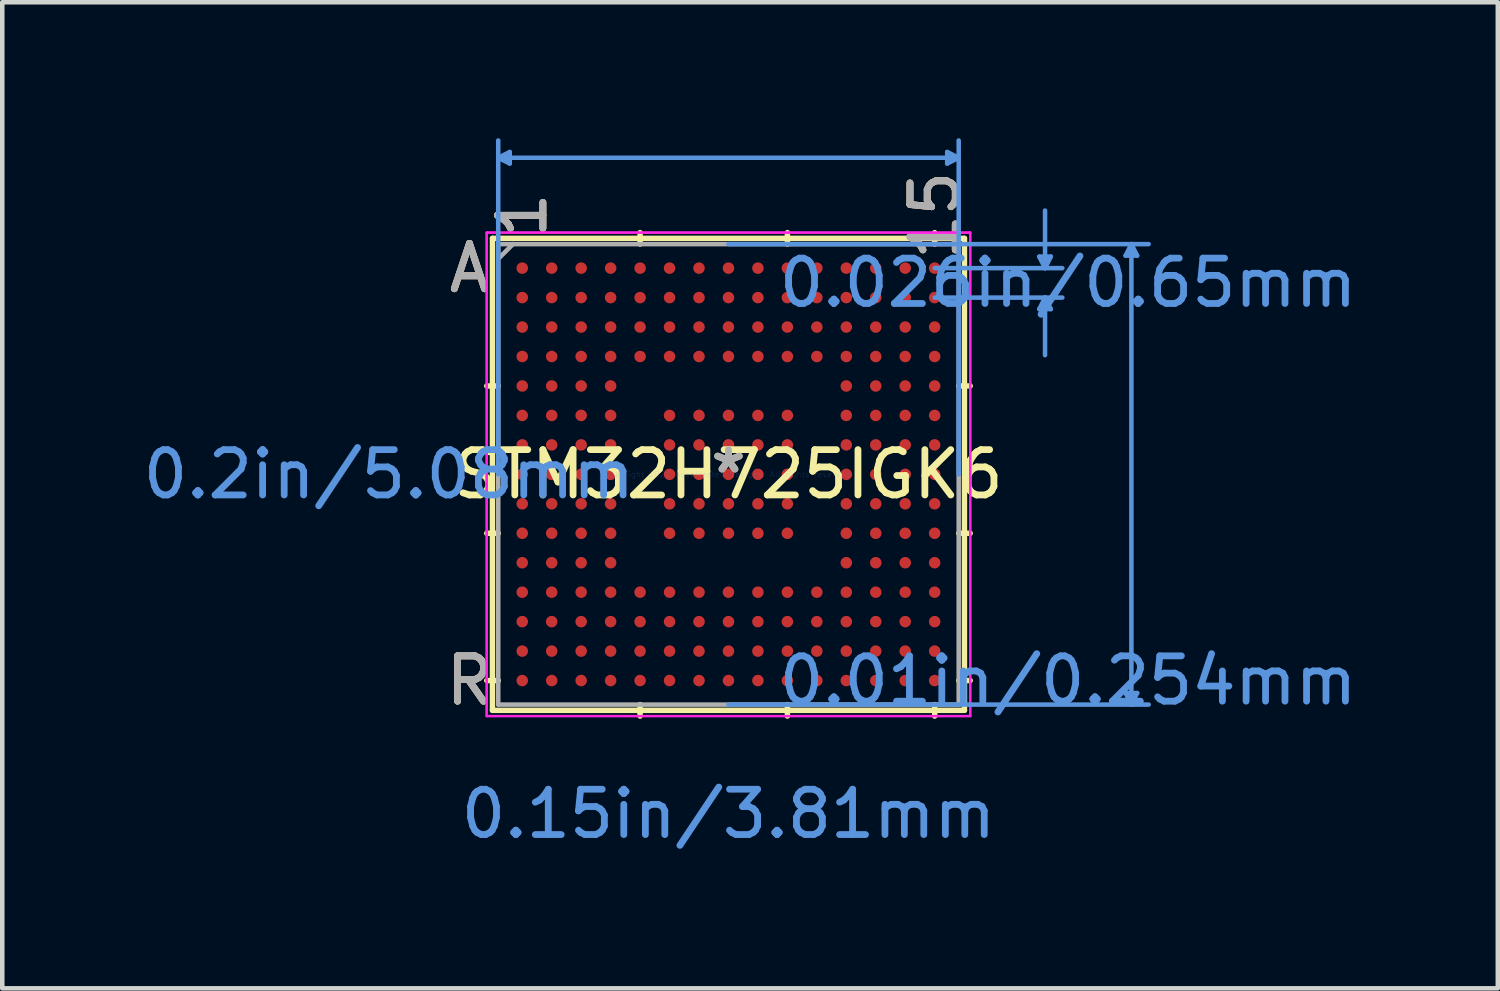
<source format=kicad_pcb>
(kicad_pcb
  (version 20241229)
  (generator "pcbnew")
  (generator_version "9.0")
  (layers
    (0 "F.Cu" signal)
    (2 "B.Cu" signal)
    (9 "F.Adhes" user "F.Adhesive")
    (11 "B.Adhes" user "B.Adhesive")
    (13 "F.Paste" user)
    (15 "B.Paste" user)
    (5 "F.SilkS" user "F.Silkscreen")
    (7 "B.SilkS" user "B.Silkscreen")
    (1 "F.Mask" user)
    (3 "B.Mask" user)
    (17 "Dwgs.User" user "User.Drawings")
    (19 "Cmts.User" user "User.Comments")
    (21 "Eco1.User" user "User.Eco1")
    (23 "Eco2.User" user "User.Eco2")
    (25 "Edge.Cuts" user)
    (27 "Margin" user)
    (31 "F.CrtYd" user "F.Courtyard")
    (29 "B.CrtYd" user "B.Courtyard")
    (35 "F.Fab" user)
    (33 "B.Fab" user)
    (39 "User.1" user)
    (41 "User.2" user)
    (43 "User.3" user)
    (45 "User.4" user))
  (footprint "STM32H725IGK6"
    (layer "F.Cu")
    (at 13.023 7.416)
    (property "Reference" "STM32H725IGK6" (at 0 0 0) (layer "F.SilkS") (effects (font (size 1 1) (thickness 0.15))))
    (attr through_hole)
    (fp_line (start -5.207 -5.207) (end -5.207 5.207) (stroke (width 0.12) (type solid)) (layer "F.SilkS"))
    (fp_line (start -5.207 5.207) (end 5.207 5.207) (stroke (width 0.12) (type solid)) (layer "F.SilkS"))
    (fp_line (start -5.08 -1.95) (end -5.334 -1.95) (stroke (width 0.12) (type solid)) (layer "F.SilkS"))
    (fp_line (start -5.08 1.3) (end -5.334 1.3) (stroke (width 0.12) (type solid)) (layer "F.SilkS"))
    (fp_line (start -5.08 4.55) (end -5.334 4.55) (stroke (width 0.12) (type solid)) (layer "F.SilkS"))
    (fp_line (start -1.95 -5.08) (end -1.95 -5.334) (stroke (width 0.12) (type solid)) (layer "F.SilkS"))
    (fp_line (start -1.95 5.08) (end -1.95 5.334) (stroke (width 0.12) (type solid)) (layer "F.SilkS"))
    (fp_line (start 1.3 -5.08) (end 1.3 -5.334) (stroke (width 0.12) (type solid)) (layer "F.SilkS"))
    (fp_line (start 1.3 5.08) (end 1.3 5.334) (stroke (width 0.12) (type solid)) (layer "F.SilkS"))
    (fp_line (start 4.55 -5.08) (end 4.55 -5.334) (stroke (width 0.12) (type solid)) (layer "F.SilkS"))
    (fp_line (start 4.55 5.08) (end 4.55 5.334) (stroke (width 0.12) (type solid)) (layer "F.SilkS"))
    (fp_line (start 5.08 -1.95) (end 5.334 -1.95) (stroke (width 0.12) (type solid)) (layer "F.SilkS"))
    (fp_line (start 5.08 1.3) (end 5.334 1.3) (stroke (width 0.12) (type solid)) (layer "F.SilkS"))
    (fp_line (start 5.08 4.55) (end 5.334 4.55) (stroke (width 0.12) (type solid)) (layer "F.SilkS"))
    (fp_line (start 5.207 -5.207) (end -5.207 -5.207) (stroke (width 0.12) (type solid)) (layer "F.SilkS"))
    (fp_line (start 5.207 5.207) (end 5.207 -5.207) (stroke (width 0.12) (type solid)) (layer "F.SilkS"))
    (fp_line (start -5.08 -6.985) (end -4.826 -7.112) (stroke (width 0.1) (type solid)) (layer "Cmts.User"))
    (fp_line (start -5.08 -6.985) (end -4.826 -6.858) (stroke (width 0.1) (type solid)) (layer "Cmts.User"))
    (fp_line (start -5.08 -6.985) (end 5.08 -6.985) (stroke (width 0.1) (type solid)) (layer "Cmts.User"))
    (fp_line (start -5.08 0) (end -5.08 -7.366) (stroke (width 0.1) (type solid)) (layer "Cmts.User"))
    (fp_line (start -4.826 -7.112) (end -4.826 -6.858) (stroke (width 0.1) (type solid)) (layer "Cmts.User"))
    (fp_line (start 0 -5.08) (end 9.271 -5.08) (stroke (width 0.1) (type solid)) (layer "Cmts.User"))
    (fp_line (start 0 5.08) (end 9.271 5.08) (stroke (width 0.1) (type solid)) (layer "Cmts.User"))
    (fp_line (start 4.55 -4.55) (end 7.366 -4.55) (stroke (width 0.1) (type solid)) (layer "Cmts.User"))
    (fp_line (start 4.55 -3.9) (end 7.366 -3.9) (stroke (width 0.1) (type solid)) (layer "Cmts.User"))
    (fp_line (start 4.826 -7.112) (end 4.826 -6.858) (stroke (width 0.1) (type solid)) (layer "Cmts.User"))
    (fp_line (start 5.08 -6.985) (end 4.826 -7.112) (stroke (width 0.1) (type solid)) (layer "Cmts.User"))
    (fp_line (start 5.08 -6.985) (end 4.826 -6.858) (stroke (width 0.1) (type solid)) (layer "Cmts.User"))
    (fp_line (start 5.08 0) (end 5.08 -7.366) (stroke (width 0.1) (type solid)) (layer "Cmts.User"))
    (fp_line (start 6.858 -4.804) (end 7.112 -4.804) (stroke (width 0.1) (type solid)) (layer "Cmts.User"))
    (fp_line (start 6.858 -3.646) (end 7.112 -3.646) (stroke (width 0.1) (type solid)) (layer "Cmts.User"))
    (fp_line (start 6.985 -4.55) (end 6.858 -4.804) (stroke (width 0.1) (type solid)) (layer "Cmts.User"))
    (fp_line (start 6.985 -4.55) (end 6.985 -5.82) (stroke (width 0.1) (type solid)) (layer "Cmts.User"))
    (fp_line (start 6.985 -4.55) (end 7.112 -4.804) (stroke (width 0.1) (type solid)) (layer "Cmts.User"))
    (fp_line (start 6.985 -3.9) (end 6.858 -3.646) (stroke (width 0.1) (type solid)) (layer "Cmts.User"))
    (fp_line (start 6.985 -3.9) (end 6.985 -2.63) (stroke (width 0.1) (type solid)) (layer "Cmts.User"))
    (fp_line (start 6.985 -3.9) (end 7.112 -3.646) (stroke (width 0.1) (type solid)) (layer "Cmts.User"))
    (fp_line (start 8.763 -4.826) (end 9.017 -4.826) (stroke (width 0.1) (type solid)) (layer "Cmts.User"))
    (fp_line (start 8.763 4.826) (end 9.017 4.826) (stroke (width 0.1) (type solid)) (layer "Cmts.User"))
    (fp_line (start 8.89 -5.08) (end 8.763 -4.826) (stroke (width 0.1) (type solid)) (layer "Cmts.User"))
    (fp_line (start 8.89 -5.08) (end 8.89 5.08) (stroke (width 0.1) (type solid)) (layer "Cmts.User"))
    (fp_line (start 8.89 -5.08) (end 9.017 -4.826) (stroke (width 0.1) (type solid)) (layer "Cmts.User"))
    (fp_line (start 8.89 5.08) (end 8.763 4.826) (stroke (width 0.1) (type solid)) (layer "Cmts.User"))
    (fp_line (start 8.89 5.08) (end 9.017 4.826) (stroke (width 0.1) (type solid)) (layer "Cmts.User"))
    (fp_line (start -5.334 -5.334) (end 5.334 -5.334) (stroke (width 0.05) (type solid)) (layer "F.CrtYd"))
    (fp_line (start -5.334 -5.334) (end 5.334 -5.334) (stroke (width 0.05) (type solid)) (layer "F.CrtYd"))
    (fp_line (start -5.334 5.334) (end -5.334 -5.334) (stroke (width 0.05) (type solid)) (layer "F.CrtYd"))
    (fp_line (start -5.334 5.334) (end -5.334 -5.334) (stroke (width 0.05) (type solid)) (layer "F.CrtYd"))
    (fp_line (start 5.334 -5.334) (end 5.334 5.334) (stroke (width 0.05) (type solid)) (layer "F.CrtYd"))
    (fp_line (start 5.334 -5.334) (end 5.334 5.334) (stroke (width 0.05) (type solid)) (layer "F.CrtYd"))
    (fp_line (start 5.334 5.334) (end -5.334 5.334) (stroke (width 0.05) (type solid)) (layer "F.CrtYd"))
    (fp_line (start 5.334 5.334) (end -5.334 5.334) (stroke (width 0.05) (type solid)) (layer "F.CrtYd"))
    (fp_line (start -5.08 -5.08) (end -5.08 5.08) (stroke (width 0.1) (type solid)) (layer "F.Fab"))
    (fp_line (start -5.08 5.08) (end 5.08 5.08) (stroke (width 0.1) (type solid)) (layer "F.Fab"))
    (fp_line (start -4.755 -5.08) (end -5.08 -4.755) (stroke (width 0.1) (type solid)) (layer "F.Fab"))
    (fp_line (start 5.08 -5.08) (end -5.08 -5.08) (stroke (width 0.1) (type solid)) (layer "F.Fab"))
    (fp_line (start 5.08 5.08) (end 5.08 -5.08) (stroke (width 0.1) (type solid)) (layer "F.Fab"))
    (fp_text user "*" (at 0 0 0) (layer "F.SilkS") (effects (font (size 1 1) (thickness 0.15))))
    (fp_text user "R" (at -5.715 4.55 0) (layer "F.SilkS") (effects (font (size 1 1) (thickness 0.15))))
    (fp_text user "1" (at -4.55 -5.715 90) (layer "F.SilkS") (effects (font (size 1 1) (thickness 0.15))))
    (fp_text user "15" (at 4.55 -5.715 90) (layer "F.SilkS") (effects (font (size 1 1) (thickness 0.15))))
    (fp_text user "A" (at -5.715 -4.55 0) (layer "F.SilkS") (effects (font (size 1 1) (thickness 0.15))))
    (fp_text user "R" (at -5.715 4.55 0) (layer "B.SilkS") (effects (font (size 1 1) (thickness 0.15))))
    (fp_text user "A" (at -5.715 -4.55 0) (layer "B.SilkS") (effects (font (size 1 1) (thickness 0.15))))
    (fp_text user "1" (at -4.55 -5.715 90) (layer "B.SilkS") (effects (font (size 1 1) (thickness 0.15))))
    (fp_text user "15" (at 4.55 -5.715 90) (layer "B.SilkS") (effects (font (size 1 1) (thickness 0.15))))
    (fp_text user "0.01in/0.254mm" (at 7.493 4.55 0) (layer "Cmts.User") (effects (font (size 1 1) (thickness 0.15))))
    (fp_text user "0.2in/5.08mm" (at -7.493 0 0) (layer "Cmts.User") (effects (font (size 1 1) (thickness 0.15))))
    (fp_text user "0.026in/0.65mm" (at 7.493 -4.225 0) (layer "Cmts.User") (effects (font (size 1 1) (thickness 0.15))))
    (fp_text user "Copyright 2021 Accelerated Designs. All rights reserved." (at 0 0 0) (layer "Cmts.User") (effects (font (size 0.127 0.127) (thickness 0.002))))
    (fp_text user "0.15in/3.81mm" (at 0 7.493 0) (layer "Cmts.User") (effects (font (size 1 1) (thickness 0.15))))
    (fp_text user "15" (at 4.55 -5.715 90) (layer "F.Fab") (effects (font (size 1 1) (thickness 0.15))))
    (fp_text user "1" (at -4.55 -5.715 90) (layer "F.Fab") (effects (font (size 1 1) (thickness 0.15))))
    (fp_text user "*" (at 0 0 0) (layer "F.Fab") (effects (font (size 1 1) (thickness 0.15))))
    (fp_text user "R" (at -5.715 4.55 0) (layer "F.Fab") (effects (font (size 1 1) (thickness 0.15))))
    (fp_text user "A" (at -5.715 -4.55 0) (layer "F.Fab") (effects (font (size 1 1) (thickness 0.15))))
    (pad "A1" smd circle (at -4.55 -4.55) (size 0.254 0.254) (layers "F.Cu" "F.Mask" "F.Paste"))
    (pad "A2" smd circle (at -3.9 -4.55) (size 0.254 0.254) (layers "F.Cu" "F.Mask" "F.Paste"))
    (pad "A3" smd circle (at -3.25 -4.55) (size 0.254 0.254) (layers "F.Cu" "F.Mask" "F.Paste"))
    (pad "A4" smd circle (at -2.6 -4.55) (size 0.254 0.254) (layers "F.Cu" "F.Mask" "F.Paste"))
    (pad "A5" smd circle (at -1.95 -4.55) (size 0.254 0.254) (layers "F.Cu" "F.Mask" "F.Paste"))
    (pad "A6" smd circle (at -1.3 -4.55) (size 0.254 0.254) (layers "F.Cu" "F.Mask" "F.Paste"))
    (pad "A7" smd circle (at -0.65 -4.55) (size 0.254 0.254) (layers "F.Cu" "F.Mask" "F.Paste"))
    (pad "A8" smd circle (at 0 -4.55) (size 0.254 0.254) (layers "F.Cu" "F.Mask" "F.Paste"))
    (pad "A9" smd circle (at 0.65 -4.55) (size 0.254 0.254) (layers "F.Cu" "F.Mask" "F.Paste"))
    (pad "A10" smd circle (at 1.3 -4.55) (size 0.254 0.254) (layers "F.Cu" "F.Mask" "F.Paste"))
    (pad "A11" smd circle (at 1.95 -4.55) (size 0.254 0.254) (layers "F.Cu" "F.Mask" "F.Paste"))
    (pad "A12" smd circle (at 2.6 -4.55) (size 0.254 0.254) (layers "F.Cu" "F.Mask" "F.Paste"))
    (pad "A13" smd circle (at 3.25 -4.55) (size 0.254 0.254) (layers "F.Cu" "F.Mask" "F.Paste"))
    (pad "A14" smd circle (at 3.9 -4.55) (size 0.254 0.254) (layers "F.Cu" "F.Mask" "F.Paste"))
    (pad "A15" smd circle (at 4.55 -4.55) (size 0.254 0.254) (layers "F.Cu" "F.Mask" "F.Paste"))
    (pad "B1" smd circle (at -4.55 -3.9) (size 0.254 0.254) (layers "F.Cu" "F.Mask" "F.Paste"))
    (pad "B2" smd circle (at -3.9 -3.9) (size 0.254 0.254) (layers "F.Cu" "F.Mask" "F.Paste"))
    (pad "B3" smd circle (at -3.25 -3.9) (size 0.254 0.254) (layers "F.Cu" "F.Mask" "F.Paste"))
    (pad "B4" smd circle (at -2.6 -3.9) (size 0.254 0.254) (layers "F.Cu" "F.Mask" "F.Paste"))
    (pad "B5" smd circle (at -1.95 -3.9) (size 0.254 0.254) (layers "F.Cu" "F.Mask" "F.Paste"))
    (pad "B6" smd circle (at -1.3 -3.9) (size 0.254 0.254) (layers "F.Cu" "F.Mask" "F.Paste"))
    (pad "B7" smd circle (at -0.65 -3.9) (size 0.254 0.254) (layers "F.Cu" "F.Mask" "F.Paste"))
    (pad "B8" smd circle (at 0 -3.9) (size 0.254 0.254) (layers "F.Cu" "F.Mask" "F.Paste"))
    (pad "B9" smd circle (at 0.65 -3.9) (size 0.254 0.254) (layers "F.Cu" "F.Mask" "F.Paste"))
    (pad "B10" smd circle (at 1.3 -3.9) (size 0.254 0.254) (layers "F.Cu" "F.Mask" "F.Paste"))
    (pad "B11" smd circle (at 1.95 -3.9) (size 0.254 0.254) (layers "F.Cu" "F.Mask" "F.Paste"))
    (pad "B12" smd circle (at 2.6 -3.9) (size 0.254 0.254) (layers "F.Cu" "F.Mask" "F.Paste"))
    (pad "B13" smd circle (at 3.25 -3.9) (size 0.254 0.254) (layers "F.Cu" "F.Mask" "F.Paste"))
    (pad "B14" smd circle (at 3.9 -3.9) (size 0.254 0.254) (layers "F.Cu" "F.Mask" "F.Paste"))
    (pad "B15" smd circle (at 4.55 -3.9) (size 0.254 0.254) (layers "F.Cu" "F.Mask" "F.Paste"))
    (pad "C1" smd circle (at -4.55 -3.25) (size 0.254 0.254) (layers "F.Cu" "F.Mask" "F.Paste"))
    (pad "C2" smd circle (at -3.9 -3.25) (size 0.254 0.254) (layers "F.Cu" "F.Mask" "F.Paste"))
    (pad "C3" smd circle (at -3.25 -3.25) (size 0.254 0.254) (layers "F.Cu" "F.Mask" "F.Paste"))
    (pad "C4" smd circle (at -2.6 -3.25) (size 0.254 0.254) (layers "F.Cu" "F.Mask" "F.Paste"))
    (pad "C5" smd circle (at -1.95 -3.25) (size 0.254 0.254) (layers "F.Cu" "F.Mask" "F.Paste"))
    (pad "C6" smd circle (at -1.3 -3.25) (size 0.254 0.254) (layers "F.Cu" "F.Mask" "F.Paste"))
    (pad "C7" smd circle (at -0.65 -3.25) (size 0.254 0.254) (layers "F.Cu" "F.Mask" "F.Paste"))
    (pad "C8" smd circle (at 0 -3.25) (size 0.254 0.254) (layers "F.Cu" "F.Mask" "F.Paste"))
    (pad "C9" smd circle (at 0.65 -3.25) (size 0.254 0.254) (layers "F.Cu" "F.Mask" "F.Paste"))
    (pad "C10" smd circle (at 1.3 -3.25) (size 0.254 0.254) (layers "F.Cu" "F.Mask" "F.Paste"))
    (pad "C11" smd circle (at 1.95 -3.25) (size 0.254 0.254) (layers "F.Cu" "F.Mask" "F.Paste"))
    (pad "C12" smd circle (at 2.6 -3.25) (size 0.254 0.254) (layers "F.Cu" "F.Mask" "F.Paste"))
    (pad "C13" smd circle (at 3.25 -3.25) (size 0.254 0.254) (layers "F.Cu" "F.Mask" "F.Paste"))
    (pad "C14" smd circle (at 3.9 -3.25) (size 0.254 0.254) (layers "F.Cu" "F.Mask" "F.Paste"))
    (pad "C15" smd circle (at 4.55 -3.25) (size 0.254 0.254) (layers "F.Cu" "F.Mask" "F.Paste"))
    (pad "D1" smd circle (at -4.55 -2.6) (size 0.254 0.254) (layers "F.Cu" "F.Mask" "F.Paste"))
    (pad "D2" smd circle (at -3.9 -2.6) (size 0.254 0.254) (layers "F.Cu" "F.Mask" "F.Paste"))
    (pad "D3" smd circle (at -3.25 -2.6) (size 0.254 0.254) (layers "F.Cu" "F.Mask" "F.Paste"))
    (pad "D4" smd circle (at -2.6 -2.6) (size 0.254 0.254) (layers "F.Cu" "F.Mask" "F.Paste"))
    (pad "D5" smd circle (at -1.95 -2.6) (size 0.254 0.254) (layers "F.Cu" "F.Mask" "F.Paste"))
    (pad "D6" smd circle (at -1.3 -2.6) (size 0.254 0.254) (layers "F.Cu" "F.Mask" "F.Paste"))
    (pad "D7" smd circle (at -0.65 -2.6) (size 0.254 0.254) (layers "F.Cu" "F.Mask" "F.Paste"))
    (pad "D8" smd circle (at 0 -2.6) (size 0.254 0.254) (layers "F.Cu" "F.Mask" "F.Paste"))
    (pad "D9" smd circle (at 0.65 -2.6) (size 0.254 0.254) (layers "F.Cu" "F.Mask" "F.Paste"))
    (pad "D10" smd circle (at 1.3 -2.6) (size 0.254 0.254) (layers "F.Cu" "F.Mask" "F.Paste"))
    (pad "D11" smd circle (at 1.95 -2.6) (size 0.254 0.254) (layers "F.Cu" "F.Mask" "F.Paste"))
    (pad "D12" smd circle (at 2.6 -2.6) (size 0.254 0.254) (layers "F.Cu" "F.Mask" "F.Paste"))
    (pad "D13" smd circle (at 3.25 -2.6) (size 0.254 0.254) (layers "F.Cu" "F.Mask" "F.Paste"))
    (pad "D14" smd circle (at 3.9 -2.6) (size 0.254 0.254) (layers "F.Cu" "F.Mask" "F.Paste"))
    (pad "D15" smd circle (at 4.55 -2.6) (size 0.254 0.254) (layers "F.Cu" "F.Mask" "F.Paste"))
    (pad "E1" smd circle (at -4.55 -1.95) (size 0.254 0.254) (layers "F.Cu" "F.Mask" "F.Paste"))
    (pad "E2" smd circle (at -3.9 -1.95) (size 0.254 0.254) (layers "F.Cu" "F.Mask" "F.Paste"))
    (pad "E3" smd circle (at -3.25 -1.95) (size 0.254 0.254) (layers "F.Cu" "F.Mask" "F.Paste"))
    (pad "E4" smd circle (at -2.6 -1.95) (size 0.254 0.254) (layers "F.Cu" "F.Mask" "F.Paste"))
    (pad "E12" smd circle (at 2.6 -1.95) (size 0.254 0.254) (layers "F.Cu" "F.Mask" "F.Paste"))
    (pad "E13" smd circle (at 3.25 -1.95) (size 0.254 0.254) (layers "F.Cu" "F.Mask" "F.Paste"))
    (pad "E14" smd circle (at 3.9 -1.95) (size 0.254 0.254) (layers "F.Cu" "F.Mask" "F.Paste"))
    (pad "E15" smd circle (at 4.55 -1.95) (size 0.254 0.254) (layers "F.Cu" "F.Mask" "F.Paste"))
    (pad "F1" smd circle (at -4.55 -1.3) (size 0.254 0.254) (layers "F.Cu" "F.Mask" "F.Paste"))
    (pad "F2" smd circle (at -3.9 -1.3) (size 0.254 0.254) (layers "F.Cu" "F.Mask" "F.Paste"))
    (pad "F3" smd circle (at -3.25 -1.3) (size 0.254 0.254) (layers "F.Cu" "F.Mask" "F.Paste"))
    (pad "F4" smd circle (at -2.6 -1.3) (size 0.254 0.254) (layers "F.Cu" "F.Mask" "F.Paste"))
    (pad "F6" smd circle (at -1.3 -1.3) (size 0.254 0.254) (layers "F.Cu" "F.Mask" "F.Paste"))
    (pad "F7" smd circle (at -0.65 -1.3) (size 0.254 0.254) (layers "F.Cu" "F.Mask" "F.Paste"))
    (pad "F8" smd circle (at 0 -1.3) (size 0.254 0.254) (layers "F.Cu" "F.Mask" "F.Paste"))
    (pad "F9" smd circle (at 0.65 -1.3) (size 0.254 0.254) (layers "F.Cu" "F.Mask" "F.Paste"))
    (pad "F10" smd circle (at 1.3 -1.3) (size 0.254 0.254) (layers "F.Cu" "F.Mask" "F.Paste"))
    (pad "F12" smd circle (at 2.6 -1.3) (size 0.254 0.254) (layers "F.Cu" "F.Mask" "F.Paste"))
    (pad "F13" smd circle (at 3.25 -1.3) (size 0.254 0.254) (layers "F.Cu" "F.Mask" "F.Paste"))
    (pad "F14" smd circle (at 3.9 -1.3) (size 0.254 0.254) (layers "F.Cu" "F.Mask" "F.Paste"))
    (pad "F15" smd circle (at 4.55 -1.3) (size 0.254 0.254) (layers "F.Cu" "F.Mask" "F.Paste"))
    (pad "G1" smd circle (at -4.55 -0.65) (size 0.254 0.254) (layers "F.Cu" "F.Mask" "F.Paste"))
    (pad "G2" smd circle (at -3.9 -0.65) (size 0.254 0.254) (layers "F.Cu" "F.Mask" "F.Paste"))
    (pad "G3" smd circle (at -3.25 -0.65) (size 0.254 0.254) (layers "F.Cu" "F.Mask" "F.Paste"))
    (pad "G4" smd circle (at -2.6 -0.65) (size 0.254 0.254) (layers "F.Cu" "F.Mask" "F.Paste"))
    (pad "G6" smd circle (at -1.3 -0.65) (size 0.254 0.254) (layers "F.Cu" "F.Mask" "F.Paste"))
    (pad "G7" smd circle (at -0.65 -0.65) (size 0.254 0.254) (layers "F.Cu" "F.Mask" "F.Paste"))
    (pad "G8" smd circle (at 0 -0.65) (size 0.254 0.254) (layers "F.Cu" "F.Mask" "F.Paste"))
    (pad "G9" smd circle (at 0.65 -0.65) (size 0.254 0.254) (layers "F.Cu" "F.Mask" "F.Paste"))
    (pad "G10" smd circle (at 1.3 -0.65) (size 0.254 0.254) (layers "F.Cu" "F.Mask" "F.Paste"))
    (pad "G12" smd circle (at 2.6 -0.65) (size 0.254 0.254) (layers "F.Cu" "F.Mask" "F.Paste"))
    (pad "G13" smd circle (at 3.25 -0.65) (size 0.254 0.254) (layers "F.Cu" "F.Mask" "F.Paste"))
    (pad "G14" smd circle (at 3.9 -0.65) (size 0.254 0.254) (layers "F.Cu" "F.Mask" "F.Paste"))
    (pad "G15" smd circle (at 4.55 -0.65) (size 0.254 0.254) (layers "F.Cu" "F.Mask" "F.Paste"))
    (pad "H1" smd circle (at -4.55 0) (size 0.254 0.254) (layers "F.Cu" "F.Mask" "F.Paste"))
    (pad "H2" smd circle (at -3.9 0) (size 0.254 0.254) (layers "F.Cu" "F.Mask" "F.Paste"))
    (pad "H3" smd circle (at -3.25 0) (size 0.254 0.254) (layers "F.Cu" "F.Mask" "F.Paste"))
    (pad "H4" smd circle (at -2.6 0) (size 0.254 0.254) (layers "F.Cu" "F.Mask" "F.Paste"))
    (pad "H6" smd circle (at -1.3 0) (size 0.254 0.254) (layers "F.Cu" "F.Mask" "F.Paste"))
    (pad "H7" smd circle (at -0.65 0) (size 0.254 0.254) (layers "F.Cu" "F.Mask" "F.Paste"))
    (pad "H8" smd circle (at 0 0) (size 0.254 0.254) (layers "F.Cu" "F.Mask" "F.Paste"))
    (pad "H9" smd circle (at 0.65 0) (size 0.254 0.254) (layers "F.Cu" "F.Mask" "F.Paste"))
    (pad "H10" smd circle (at 1.3 0) (size 0.254 0.254) (layers "F.Cu" "F.Mask" "F.Paste"))
    (pad "H12" smd circle (at 2.6 0) (size 0.254 0.254) (layers "F.Cu" "F.Mask" "F.Paste"))
    (pad "H13" smd circle (at 3.25 0) (size 0.254 0.254) (layers "F.Cu" "F.Mask" "F.Paste"))
    (pad "H14" smd circle (at 3.9 0) (size 0.254 0.254) (layers "F.Cu" "F.Mask" "F.Paste"))
    (pad "H15" smd circle (at 4.55 0) (size 0.254 0.254) (layers "F.Cu" "F.Mask" "F.Paste"))
    (pad "J1" smd circle (at -4.55 0.65) (size 0.254 0.254) (layers "F.Cu" "F.Mask" "F.Paste"))
    (pad "J2" smd circle (at -3.9 0.65) (size 0.254 0.254) (layers "F.Cu" "F.Mask" "F.Paste"))
    (pad "J3" smd circle (at -3.25 0.65) (size 0.254 0.254) (layers "F.Cu" "F.Mask" "F.Paste"))
    (pad "J4" smd circle (at -2.6 0.65) (size 0.254 0.254) (layers "F.Cu" "F.Mask" "F.Paste"))
    (pad "J6" smd circle (at -1.3 0.65) (size 0.254 0.254) (layers "F.Cu" "F.Mask" "F.Paste"))
    (pad "J7" smd circle (at -0.65 0.65) (size 0.254 0.254) (layers "F.Cu" "F.Mask" "F.Paste"))
    (pad "J8" smd circle (at 0 0.65) (size 0.254 0.254) (layers "F.Cu" "F.Mask" "F.Paste"))
    (pad "J9" smd circle (at 0.65 0.65) (size 0.254 0.254) (layers "F.Cu" "F.Mask" "F.Paste"))
    (pad "J10" smd circle (at 1.3 0.65) (size 0.254 0.254) (layers "F.Cu" "F.Mask" "F.Paste"))
    (pad "J12" smd circle (at 2.6 0.65) (size 0.254 0.254) (layers "F.Cu" "F.Mask" "F.Paste"))
    (pad "J13" smd circle (at 3.25 0.65) (size 0.254 0.254) (layers "F.Cu" "F.Mask" "F.Paste"))
    (pad "J14" smd circle (at 3.9 0.65) (size 0.254 0.254) (layers "F.Cu" "F.Mask" "F.Paste"))
    (pad "J15" smd circle (at 4.55 0.65) (size 0.254 0.254) (layers "F.Cu" "F.Mask" "F.Paste"))
    (pad "K1" smd circle (at -4.55 1.3) (size 0.254 0.254) (layers "F.Cu" "F.Mask" "F.Paste"))
    (pad "K2" smd circle (at -3.9 1.3) (size 0.254 0.254) (layers "F.Cu" "F.Mask" "F.Paste"))
    (pad "K3" smd circle (at -3.25 1.3) (size 0.254 0.254) (layers "F.Cu" "F.Mask" "F.Paste"))
    (pad "K4" smd circle (at -2.6 1.3) (size 0.254 0.254) (layers "F.Cu" "F.Mask" "F.Paste"))
    (pad "K6" smd circle (at -1.3 1.3) (size 0.254 0.254) (layers "F.Cu" "F.Mask" "F.Paste"))
    (pad "K7" smd circle (at -0.65 1.3) (size 0.254 0.254) (layers "F.Cu" "F.Mask" "F.Paste"))
    (pad "K8" smd circle (at 0 1.3) (size 0.254 0.254) (layers "F.Cu" "F.Mask" "F.Paste"))
    (pad "K9" smd circle (at 0.65 1.3) (size 0.254 0.254) (layers "F.Cu" "F.Mask" "F.Paste"))
    (pad "K10" smd circle (at 1.3 1.3) (size 0.254 0.254) (layers "F.Cu" "F.Mask" "F.Paste"))
    (pad "K12" smd circle (at 2.6 1.3) (size 0.254 0.254) (layers "F.Cu" "F.Mask" "F.Paste"))
    (pad "K13" smd circle (at 3.25 1.3) (size 0.254 0.254) (layers "F.Cu" "F.Mask" "F.Paste"))
    (pad "K14" smd circle (at 3.9 1.3) (size 0.254 0.254) (layers "F.Cu" "F.Mask" "F.Paste"))
    (pad "K15" smd circle (at 4.55 1.3) (size 0.254 0.254) (layers "F.Cu" "F.Mask" "F.Paste"))
    (pad "L1" smd circle (at -4.55 1.95) (size 0.254 0.254) (layers "F.Cu" "F.Mask" "F.Paste"))
    (pad "L2" smd circle (at -3.9 1.95) (size 0.254 0.254) (layers "F.Cu" "F.Mask" "F.Paste"))
    (pad "L3" smd circle (at -3.25 1.95) (size 0.254 0.254) (layers "F.Cu" "F.Mask" "F.Paste"))
    (pad "L4" smd circle (at -2.6 1.95) (size 0.254 0.254) (layers "F.Cu" "F.Mask" "F.Paste"))
    (pad "L12" smd circle (at 2.6 1.95) (size 0.254 0.254) (layers "F.Cu" "F.Mask" "F.Paste"))
    (pad "L13" smd circle (at 3.25 1.95) (size 0.254 0.254) (layers "F.Cu" "F.Mask" "F.Paste"))
    (pad "L14" smd circle (at 3.9 1.95) (size 0.254 0.254) (layers "F.Cu" "F.Mask" "F.Paste"))
    (pad "L15" smd circle (at 4.55 1.95) (size 0.254 0.254) (layers "F.Cu" "F.Mask" "F.Paste"))
    (pad "M1" smd circle (at -4.55 2.6) (size 0.254 0.254) (layers "F.Cu" "F.Mask" "F.Paste"))
    (pad "M2" smd circle (at -3.9 2.6) (size 0.254 0.254) (layers "F.Cu" "F.Mask" "F.Paste"))
    (pad "M3" smd circle (at -3.25 2.6) (size 0.254 0.254) (layers "F.Cu" "F.Mask" "F.Paste"))
    (pad "M4" smd circle (at -2.6 2.6) (size 0.254 0.254) (layers "F.Cu" "F.Mask" "F.Paste"))
    (pad "M5" smd circle (at -1.95 2.6) (size 0.254 0.254) (layers "F.Cu" "F.Mask" "F.Paste"))
    (pad "M6" smd circle (at -1.3 2.6) (size 0.254 0.254) (layers "F.Cu" "F.Mask" "F.Paste"))
    (pad "M7" smd circle (at -0.65 2.6) (size 0.254 0.254) (layers "F.Cu" "F.Mask" "F.Paste"))
    (pad "M8" smd circle (at 0 2.6) (size 0.254 0.254) (layers "F.Cu" "F.Mask" "F.Paste"))
    (pad "M9" smd circle (at 0.65 2.6) (size 0.254 0.254) (layers "F.Cu" "F.Mask" "F.Paste"))
    (pad "M10" smd circle (at 1.3 2.6) (size 0.254 0.254) (layers "F.Cu" "F.Mask" "F.Paste"))
    (pad "M11" smd circle (at 1.95 2.6) (size 0.254 0.254) (layers "F.Cu" "F.Mask" "F.Paste"))
    (pad "M12" smd circle (at 2.6 2.6) (size 0.254 0.254) (layers "F.Cu" "F.Mask" "F.Paste"))
    (pad "M13" smd circle (at 3.25 2.6) (size 0.254 0.254) (layers "F.Cu" "F.Mask" "F.Paste"))
    (pad "M14" smd circle (at 3.9 2.6) (size 0.254 0.254) (layers "F.Cu" "F.Mask" "F.Paste"))
    (pad "M15" smd circle (at 4.55 2.6) (size 0.254 0.254) (layers "F.Cu" "F.Mask" "F.Paste"))
    (pad "N1" smd circle (at -4.55 3.25) (size 0.254 0.254) (layers "F.Cu" "F.Mask" "F.Paste"))
    (pad "N2" smd circle (at -3.9 3.25) (size 0.254 0.254) (layers "F.Cu" "F.Mask" "F.Paste"))
    (pad "N3" smd circle (at -3.25 3.25) (size 0.254 0.254) (layers "F.Cu" "F.Mask" "F.Paste"))
    (pad "N4" smd circle (at -2.6 3.25) (size 0.254 0.254) (layers "F.Cu" "F.Mask" "F.Paste"))
    (pad "N5" smd circle (at -1.95 3.25) (size 0.254 0.254) (layers "F.Cu" "F.Mask" "F.Paste"))
    (pad "N6" smd circle (at -1.3 3.25) (size 0.254 0.254) (layers "F.Cu" "F.Mask" "F.Paste"))
    (pad "N7" smd circle (at -0.65 3.25) (size 0.254 0.254) (layers "F.Cu" "F.Mask" "F.Paste"))
    (pad "N8" smd circle (at 0 3.25) (size 0.254 0.254) (layers "F.Cu" "F.Mask" "F.Paste"))
    (pad "N9" smd circle (at 0.65 3.25) (size 0.254 0.254) (layers "F.Cu" "F.Mask" "F.Paste"))
    (pad "N10" smd circle (at 1.3 3.25) (size 0.254 0.254) (layers "F.Cu" "F.Mask" "F.Paste"))
    (pad "N11" smd circle (at 1.95 3.25) (size 0.254 0.254) (layers "F.Cu" "F.Mask" "F.Paste"))
    (pad "N12" smd circle (at 2.6 3.25) (size 0.254 0.254) (layers "F.Cu" "F.Mask" "F.Paste"))
    (pad "N13" smd circle (at 3.25 3.25) (size 0.254 0.254) (layers "F.Cu" "F.Mask" "F.Paste"))
    (pad "N14" smd circle (at 3.9 3.25) (size 0.254 0.254) (layers "F.Cu" "F.Mask" "F.Paste"))
    (pad "N15" smd circle (at 4.55 3.25) (size 0.254 0.254) (layers "F.Cu" "F.Mask" "F.Paste"))
    (pad "P1" smd circle (at -4.55 3.9) (size 0.254 0.254) (layers "F.Cu" "F.Mask" "F.Paste"))
    (pad "P2" smd circle (at -3.9 3.9) (size 0.254 0.254) (layers "F.Cu" "F.Mask" "F.Paste"))
    (pad "P3" smd circle (at -3.25 3.9) (size 0.254 0.254) (layers "F.Cu" "F.Mask" "F.Paste"))
    (pad "P4" smd circle (at -2.6 3.9) (size 0.254 0.254) (layers "F.Cu" "F.Mask" "F.Paste"))
    (pad "P5" smd circle (at -1.95 3.9) (size 0.254 0.254) (layers "F.Cu" "F.Mask" "F.Paste"))
    (pad "P6" smd circle (at -1.3 3.9) (size 0.254 0.254) (layers "F.Cu" "F.Mask" "F.Paste"))
    (pad "P7" smd circle (at -0.65 3.9) (size 0.254 0.254) (layers "F.Cu" "F.Mask" "F.Paste"))
    (pad "P8" smd circle (at 0 3.9) (size 0.254 0.254) (layers "F.Cu" "F.Mask" "F.Paste"))
    (pad "P9" smd circle (at 0.65 3.9) (size 0.254 0.254) (layers "F.Cu" "F.Mask" "F.Paste"))
    (pad "P10" smd circle (at 1.3 3.9) (size 0.254 0.254) (layers "F.Cu" "F.Mask" "F.Paste"))
    (pad "P11" smd circle (at 1.95 3.9) (size 0.254 0.254) (layers "F.Cu" "F.Mask" "F.Paste"))
    (pad "P12" smd circle (at 2.6 3.9) (size 0.254 0.254) (layers "F.Cu" "F.Mask" "F.Paste"))
    (pad "P13" smd circle (at 3.25 3.9) (size 0.254 0.254) (layers "F.Cu" "F.Mask" "F.Paste"))
    (pad "P14" smd circle (at 3.9 3.9) (size 0.254 0.254) (layers "F.Cu" "F.Mask" "F.Paste"))
    (pad "P15" smd circle (at 4.55 3.9) (size 0.254 0.254) (layers "F.Cu" "F.Mask" "F.Paste"))
    (pad "R1" smd circle (at -4.55 4.55) (size 0.254 0.254) (layers "F.Cu" "F.Mask" "F.Paste"))
    (pad "R2" smd circle (at -3.9 4.55) (size 0.254 0.254) (layers "F.Cu" "F.Mask" "F.Paste"))
    (pad "R3" smd circle (at -3.25 4.55) (size 0.254 0.254) (layers "F.Cu" "F.Mask" "F.Paste"))
    (pad "R4" smd circle (at -2.6 4.55) (size 0.254 0.254) (layers "F.Cu" "F.Mask" "F.Paste"))
    (pad "R5" smd circle (at -1.95 4.55) (size 0.254 0.254) (layers "F.Cu" "F.Mask" "F.Paste"))
    (pad "R6" smd circle (at -1.3 4.55) (size 0.254 0.254) (layers "F.Cu" "F.Mask" "F.Paste"))
    (pad "R7" smd circle (at -0.65 4.55) (size 0.254 0.254) (layers "F.Cu" "F.Mask" "F.Paste"))
    (pad "R8" smd circle (at 0 4.55) (size 0.254 0.254) (layers "F.Cu" "F.Mask" "F.Paste"))
    (pad "R9" smd circle (at 0.65 4.55) (size 0.254 0.254) (layers "F.Cu" "F.Mask" "F.Paste"))
    (pad "R10" smd circle (at 1.3 4.55) (size 0.254 0.254) (layers "F.Cu" "F.Mask" "F.Paste"))
    (pad "R11" smd circle (at 1.95 4.55) (size 0.254 0.254) (layers "F.Cu" "F.Mask" "F.Paste"))
    (pad "R12" smd circle (at 2.6 4.55) (size 0.254 0.254) (layers "F.Cu" "F.Mask" "F.Paste"))
    (pad "R13" smd circle (at 3.25 4.55) (size 0.254 0.254) (layers "F.Cu" "F.Mask" "F.Paste"))
    (pad "R14" smd circle (at 3.9 4.55) (size 0.254 0.254) (layers "F.Cu" "F.Mask" "F.Paste"))
    (pad "R15" smd circle (at 4.55 4.55) (size 0.254 0.254) (layers "F.Cu" "F.Mask" "F.Paste")))
  (gr_rect
    (start -3 -3)
    (end 29.998 18.757)
    (stroke (width 0.1) (type default))
    (fill no)
    (layer "Edge.Cuts")))
</source>
